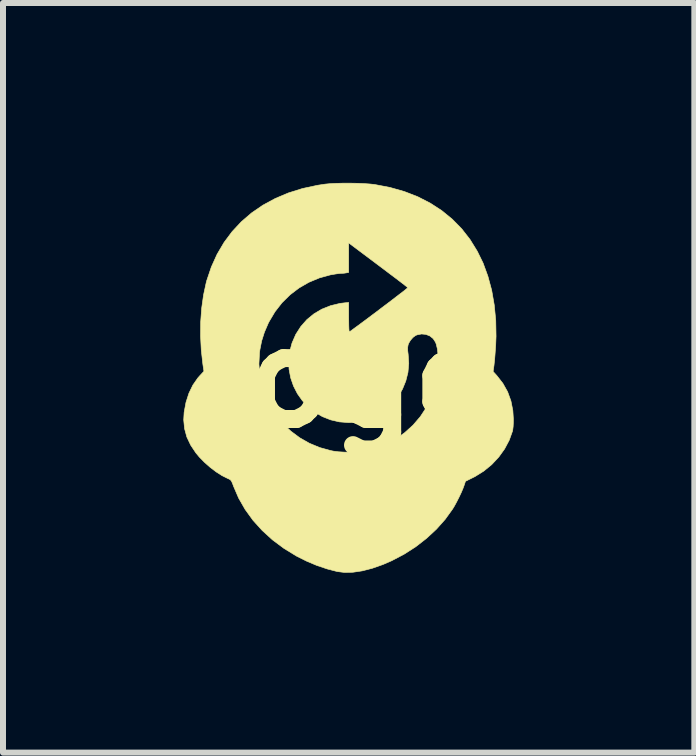
<source format=kicad_pcb>
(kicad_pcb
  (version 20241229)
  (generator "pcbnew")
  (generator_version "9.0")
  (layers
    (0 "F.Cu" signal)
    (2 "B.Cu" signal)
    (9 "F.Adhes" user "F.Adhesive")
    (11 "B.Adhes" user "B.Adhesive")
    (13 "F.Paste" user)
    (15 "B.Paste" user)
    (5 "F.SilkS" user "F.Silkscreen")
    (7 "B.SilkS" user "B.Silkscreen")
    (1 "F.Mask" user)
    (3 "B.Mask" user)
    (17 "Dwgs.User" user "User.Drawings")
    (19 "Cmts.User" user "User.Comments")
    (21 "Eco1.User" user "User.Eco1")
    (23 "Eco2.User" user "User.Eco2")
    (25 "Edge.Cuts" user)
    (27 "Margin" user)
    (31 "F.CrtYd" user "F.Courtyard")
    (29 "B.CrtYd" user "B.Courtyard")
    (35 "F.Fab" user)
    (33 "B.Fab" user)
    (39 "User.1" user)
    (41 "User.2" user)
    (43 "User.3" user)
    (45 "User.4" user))
  (footprint "logo"
    (layer "F.Cu")
    (at 2.765 3.249)
    (property "Reference" "logo" (at 0 0 0) (layer "F.SilkS") (effects (font (size 1.524 1.524) (thickness 0.3))))
    (attr through_hole)
    (fp_poly (pts (xy 0.146 -3.242) (xy 0.259 -3.237) (xy 0.358 -3.23) (xy 0.432 -3.222) (xy 0.688 -3.173) (xy 0.928 -3.105) (xy 1.152 -3.018) (xy 1.361 -2.911) (xy 1.552 -2.787) (xy 1.727 -2.644) (xy 1.885 -2.483) (xy 2.024 -2.305) (xy 2.145 -2.109) (xy 2.242 -1.911) (xy 2.322 -1.692) (xy 2.385 -1.459) (xy 2.428 -1.212) (xy 2.453 -0.955) (xy 2.458 -0.691) (xy 2.452 -0.541) (xy 2.446 -0.458) (xy 2.44 -0.375) (xy 2.434 -0.3) (xy 2.427 -0.238) (xy 2.424 -0.207) (xy 2.409 -0.103) (xy 2.47 -0.036) (xy 2.572 0.095) (xy 2.651 0.236) (xy 2.706 0.387) (xy 2.738 0.548) (xy 2.747 0.692) (xy 2.746 0.756) (xy 2.743 0.817) (xy 2.737 0.866) (xy 2.733 0.889) (xy 2.678 1.042) (xy 2.6 1.189) (xy 2.502 1.325) (xy 2.386 1.449) (xy 2.253 1.558) (xy 2.107 1.649) (xy 2.065 1.67) (xy 1.948 1.728) (xy 1.926 1.795) (xy 1.906 1.849) (xy 1.877 1.917) (xy 1.841 1.993) (xy 1.802 2.07) (xy 1.764 2.14) (xy 1.733 2.191) (xy 1.609 2.363) (xy 1.464 2.526) (xy 1.299 2.679) (xy 1.118 2.82) (xy 0.923 2.945) (xy 0.717 3.053) (xy 0.572 3.116) (xy 0.393 3.179) (xy 0.226 3.222) (xy 0.07 3.245) (xy -0.072 3.248) (xy -0.191 3.233) (xy -0.357 3.19) (xy -0.53 3.132) (xy -0.703 3.059) (xy -0.867 2.977) (xy -0.869 2.976) (xy -1.078 2.848) (xy -1.27 2.705) (xy -1.442 2.548) (xy -1.595 2.379) (xy -1.726 2.198) (xy -1.835 2.008) (xy -1.921 1.808) (xy -1.923 1.802) (xy -1.941 1.754) (xy -1.956 1.724) (xy -1.972 1.704) (xy -1.996 1.69) (xy -2.023 1.678) (xy -2.113 1.633) (xy -2.21 1.571) (xy -2.31 1.495) (xy -2.405 1.411) (xy -2.491 1.323) (xy -2.547 1.256) (xy -2.635 1.124) (xy -2.699 0.989) (xy -2.737 0.849) (xy -2.751 0.704) (xy -2.744 0.578) (xy -2.713 0.411) (xy -2.664 0.259) (xy -2.598 0.123) (xy -2.516 0.005) (xy -2.488 -0.027) (xy -2.414 -0.107) (xy -2.432 -0.228) (xy -1.497 -0.228) (xy -1.482 -0.042) (xy -1.445 0.138) (xy -1.387 0.311) (xy -1.308 0.474) (xy -1.211 0.626) (xy -1.096 0.766) (xy -0.964 0.892) (xy -0.818 1.001) (xy -0.657 1.093) (xy -0.484 1.165) (xy -0.299 1.216) (xy -0.255 1.225) (xy -0.168 1.236) (xy -0.065 1.242) (xy 0.043 1.242) (xy 0.147 1.237) (xy 0.237 1.227) (xy 0.245 1.226) (xy 0.435 1.18) (xy 0.615 1.113) (xy 0.782 1.024) (xy 0.935 0.917) (xy 1.073 0.792) (xy 1.195 0.65) (xy 1.298 0.493) (xy 1.381 0.323) (xy 1.444 0.141) (xy 1.467 0.044) (xy 1.484 -0.061) (xy 1.493 -0.172) (xy 1.495 -0.283) (xy 1.49 -0.388) (xy 1.479 -0.483) (xy 1.46 -0.561) (xy 1.448 -0.592) (xy 1.409 -0.652) (xy 1.354 -0.696) (xy 1.288 -0.722) (xy 1.216 -0.729) (xy 1.144 -0.715) (xy 1.116 -0.704) (xy 1.072 -0.671) (xy 1.03 -0.623) (xy 0.999 -0.57) (xy 0.991 -0.546) (xy 0.984 -0.505) (xy 0.984 -0.454) (xy 0.992 -0.391) (xy 1.002 -0.238) (xy 0.989 -0.089) (xy 0.953 0.054) (xy 0.898 0.189) (xy 0.824 0.314) (xy 0.733 0.427) (xy 0.627 0.526) (xy 0.507 0.61) (xy 0.375 0.675) (xy 0.234 0.721) (xy 0.083 0.746) (xy -0.000001 0.749) (xy -0.155 0.737) (xy -0.301 0.703) (xy -0.438 0.649) (xy -0.563 0.576) (xy -0.675 0.486) (xy -0.773 0.382) (xy -0.855 0.266) (xy -0.92 0.139) (xy -0.967 0.003) (xy -0.994 -0.139) (xy -1 -0.286) (xy -0.983 -0.435) (xy -0.945 -0.577) (xy -0.882 -0.722) (xy -0.798 -0.853) (xy -0.697 -0.968) (xy -0.579 -1.065) (xy -0.447 -1.143) (xy -0.301 -1.201) (xy -0.144 -1.239) (xy -0.06 -1.249) (xy 0 -1.254) (xy 0 -1.007) (xy 0.001 -0.931) (xy 0.002 -0.865) (xy 0.004 -0.813) (xy 0.007 -0.778) (xy 0.01 -0.764) (xy 0.011 -0.764) (xy 0.025 -0.773) (xy 0.057 -0.796) (xy 0.103 -0.83) (xy 0.162 -0.873) (xy 0.232 -0.925) (xy 0.309 -0.982) (xy 0.391 -1.044) (xy 0.477 -1.108) (xy 0.563 -1.174) (xy 0.647 -1.237) (xy 0.727 -1.298) (xy 0.801 -1.355) (xy 0.865 -1.404) (xy 0.919 -1.445) (xy 0.958 -1.477) (xy 0.981 -1.496) (xy 0.987 -1.501) (xy 0.976 -1.51) (xy 0.948 -1.533) (xy 0.903 -1.568) (xy 0.843 -1.614) (xy 0.771 -1.669) (xy 0.688 -1.731) (xy 0.597 -1.8) (xy 0.5 -1.873) (xy 0.492 -1.879) (xy 0 -2.248) (xy 0 -1.756) (xy -0.04 -1.748) (xy -0.08 -1.742) (xy -0.126 -1.74) (xy -0.13 -1.74) (xy -0.164 -1.737) (xy -0.215 -1.73) (xy -0.274 -1.72) (xy -0.304 -1.715) (xy -0.489 -1.664) (xy -0.664 -1.591) (xy -0.827 -1.497) (xy -0.977 -1.383) (xy -1.112 -1.25) (xy -1.229 -1.1) (xy -1.327 -0.935) (xy -1.341 -0.908) (xy -1.405 -0.759) (xy -1.451 -0.614) (xy -1.481 -0.464) (xy -1.487 -0.418) (xy -1.497 -0.228) (xy -2.432 -0.228) (xy -2.432 -0.228) (xy -2.458 -0.46) (xy -2.47 -0.696) (xy -2.468 -0.932) (xy -2.451 -1.162) (xy -2.42 -1.381) (xy -2.376 -1.585) (xy -2.367 -1.619) (xy -2.29 -1.847) (xy -2.194 -2.059) (xy -2.078 -2.256) (xy -1.943 -2.437) (xy -1.79 -2.601) (xy -1.619 -2.748) (xy -1.431 -2.877) (xy -1.226 -2.988) (xy -1.006 -3.081) (xy -0.77 -3.155) (xy -0.519 -3.209) (xy -0.394 -3.228) (xy -0.31 -3.236) (xy -0.208 -3.241) (xy -0.093 -3.244) (xy 0.027 -3.244) (xy 0.146 -3.242)) (stroke (width 0.01) (type solid)) (fill yes) (layer "F.SilkS")))
  (gr_rect
    (start -3 -3)
    (end 8.53 9.502)
    (stroke (width 0.1) (type default))
    (fill no)
    (layer "Edge.Cuts")))
</source>
